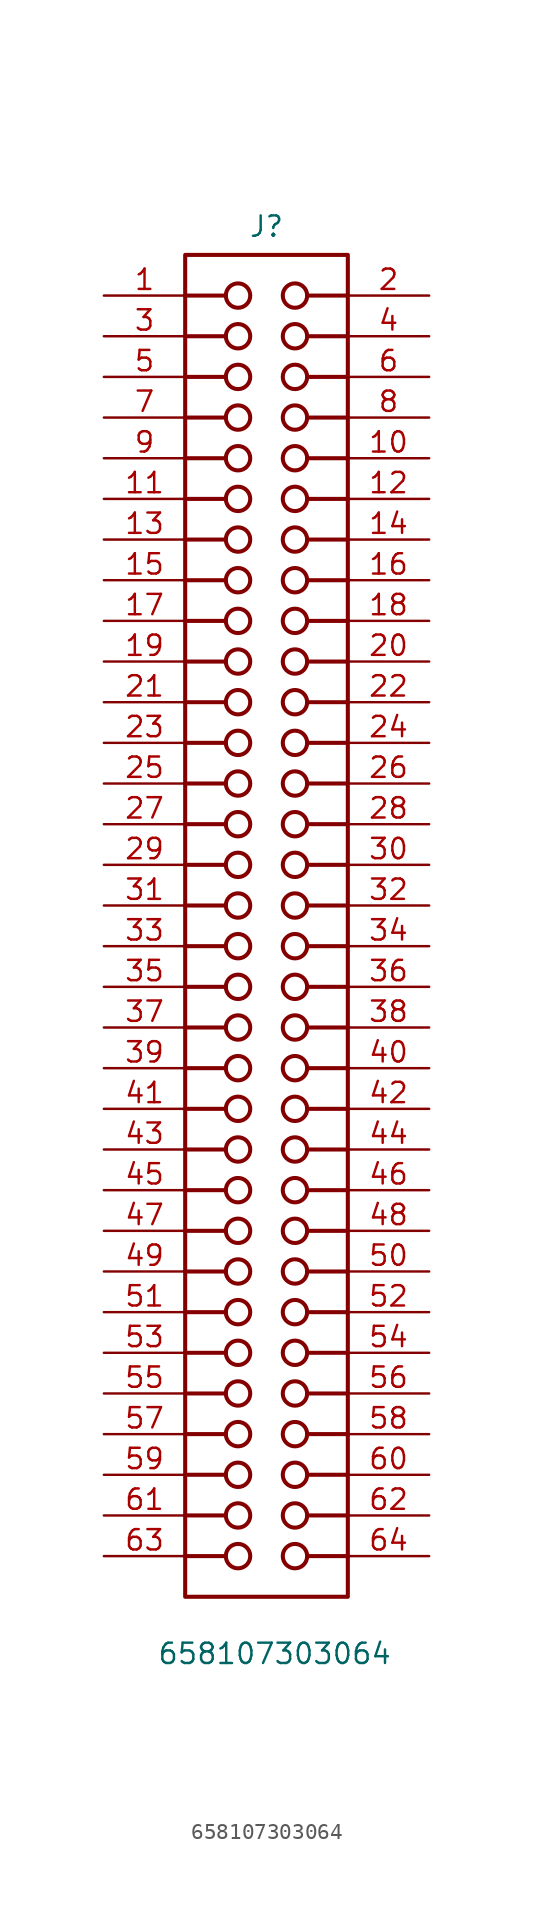
<source format=kicad_sym>
(kicad_symbol_lib
  (version 20241209)
  (generator "kicad_symbol_editor")
  (generator_version "9.0")
  (symbol "658107303064"
    (pin_names
      (hide yes))
    (property "Reference" "J"
      (at 0 42.418 0)
      (effects (font (size 1.27 1.27))))
    (property "Value" "658107303064"
      (at 0.508 -46.736 0)
      (effects (font (size 1.27 1.27))))
    (symbol "658107303064_1_1"
      (rectangle (start -5.08 40.64) (end 5.08 -43.18) (stroke (width 0.254) (type solid)) (fill (type none)))
      (polyline (pts (xy -5.08 38.1) (xy -2.54 38.1)) (stroke (width 0.254) (type solid)) (fill (type none)))
      (polyline (pts (xy -5.08 35.56) (xy -2.54 35.56)) (stroke (width 0.254) (type solid)) (fill (type none)))
      (polyline (pts (xy -5.08 33.02) (xy -2.54 33.02)) (stroke (width 0.254) (type solid)) (fill (type none)))
      (polyline (pts (xy -5.08 30.48) (xy -2.54 30.48)) (stroke (width 0.254) (type solid)) (fill (type none)))
      (polyline (pts (xy -5.08 27.94) (xy -2.54 27.94)) (stroke (width 0.254) (type solid)) (fill (type none)))
      (polyline (pts (xy -5.08 25.4) (xy -2.54 25.4)) (stroke (width 0.254) (type solid)) (fill (type none)))
      (polyline (pts (xy -5.08 22.86) (xy -2.54 22.86)) (stroke (width 0.254) (type solid)) (fill (type none)))
      (polyline (pts (xy -5.08 20.32) (xy -2.54 20.32)) (stroke (width 0.254) (type solid)) (fill (type none)))
      (polyline (pts (xy -5.08 17.78) (xy -2.54 17.78)) (stroke (width 0.254) (type solid)) (fill (type none)))
      (polyline (pts (xy -5.08 15.24) (xy -2.54 15.24)) (stroke (width 0.254) (type solid)) (fill (type none)))
      (polyline (pts (xy -5.08 12.7) (xy -2.54 12.7)) (stroke (width 0.254) (type solid)) (fill (type none)))
      (polyline (pts (xy -5.08 10.16) (xy -2.54 10.16)) (stroke (width 0.254) (type solid)) (fill (type none)))
      (polyline (pts (xy -5.08 7.62) (xy -2.54 7.62)) (stroke (width 0.254) (type solid)) (fill (type none)))
      (polyline (pts (xy -5.08 5.08) (xy -2.54 5.08)) (stroke (width 0.254) (type solid)) (fill (type none)))
      (polyline (pts (xy -5.08 2.54) (xy -2.54 2.54)) (stroke (width 0.254) (type solid)) (fill (type none)))
      (polyline (pts (xy -5.08 0) (xy -2.54 0)) (stroke (width 0.254) (type solid)) (fill (type none)))
      (polyline (pts (xy -5.08 -2.54) (xy -2.54 -2.54)) (stroke (width 0.254) (type solid)) (fill (type none)))
      (polyline (pts (xy -5.08 -5.08) (xy -2.54 -5.08)) (stroke (width 0.254) (type solid)) (fill (type none)))
      (polyline (pts (xy -5.08 -7.62) (xy -2.54 -7.62)) (stroke (width 0.254) (type solid)) (fill (type none)))
      (polyline (pts (xy -5.08 -10.16) (xy -2.54 -10.16)) (stroke (width 0.254) (type solid)) (fill (type none)))
      (polyline (pts (xy -5.08 -12.7) (xy -2.54 -12.7)) (stroke (width 0.254) (type solid)) (fill (type none)))
      (polyline (pts (xy -5.08 -15.24) (xy -2.54 -15.24)) (stroke (width 0.254) (type solid)) (fill (type none)))
      (polyline (pts (xy -5.08 -17.78) (xy -2.54 -17.78)) (stroke (width 0.254) (type solid)) (fill (type none)))
      (polyline (pts (xy -5.08 -20.32) (xy -2.54 -20.32)) (stroke (width 0.254) (type solid)) (fill (type none)))
      (polyline (pts (xy -5.08 -22.86) (xy -2.54 -22.86)) (stroke (width 0.254) (type solid)) (fill (type none)))
      (polyline (pts (xy -5.08 -25.4) (xy -2.54 -25.4)) (stroke (width 0.254) (type solid)) (fill (type none)))
      (polyline (pts (xy -5.08 -27.94) (xy -2.54 -27.94)) (stroke (width 0.254) (type solid)) (fill (type none)))
      (polyline (pts (xy -5.08 -30.48) (xy -2.54 -30.48)) (stroke (width 0.254) (type solid)) (fill (type none)))
      (polyline (pts (xy -5.08 -33.02) (xy -2.54 -33.02)) (stroke (width 0.254) (type solid)) (fill (type none)))
      (polyline (pts (xy -5.08 -35.56) (xy -2.54 -35.56)) (stroke (width 0.254) (type solid)) (fill (type none)))
      (polyline (pts (xy -5.08 -38.1) (xy -2.54 -38.1)) (stroke (width 0.254) (type solid)) (fill (type none)))
      (polyline (pts (xy -5.08 -40.64) (xy -2.54 -40.64)) (stroke (width 0.254) (type solid)) (fill (type none)))
      (circle (center -1.778 38.1) (radius 0.762) (stroke (width 0.254) (type solid)) (fill (type none)))
      (circle (center -1.778 35.56) (radius 0.762) (stroke (width 0.254) (type solid)) (fill (type none)))
      (circle (center -1.778 33.02) (radius 0.762) (stroke (width 0.254) (type solid)) (fill (type none)))
      (circle (center -1.778 30.48) (radius 0.762) (stroke (width 0.254) (type solid)) (fill (type none)))
      (circle (center -1.778 27.94) (radius 0.762) (stroke (width 0.254) (type solid)) (fill (type none)))
      (circle (center -1.778 25.4) (radius 0.762) (stroke (width 0.254) (type solid)) (fill (type none)))
      (circle (center -1.778 22.86) (radius 0.762) (stroke (width 0.254) (type solid)) (fill (type none)))
      (circle (center -1.778 20.32) (radius 0.762) (stroke (width 0.254) (type solid)) (fill (type none)))
      (circle (center -1.778 17.78) (radius 0.762) (stroke (width 0.254) (type solid)) (fill (type none)))
      (circle (center -1.778 15.24) (radius 0.762) (stroke (width 0.254) (type solid)) (fill (type none)))
      (circle (center -1.778 12.7) (radius 0.762) (stroke (width 0.254) (type solid)) (fill (type none)))
      (circle (center -1.778 10.16) (radius 0.762) (stroke (width 0.254) (type solid)) (fill (type none)))
      (circle (center -1.778 7.62) (radius 0.762) (stroke (width 0.254) (type solid)) (fill (type none)))
      (circle (center -1.778 5.08) (radius 0.762) (stroke (width 0.254) (type solid)) (fill (type none)))
      (circle (center -1.778 2.54) (radius 0.762) (stroke (width 0.254) (type solid)) (fill (type none)))
      (circle (center -1.778 0) (radius 0.762) (stroke (width 0.254) (type solid)) (fill (type none)))
      (circle (center -1.778 -2.54) (radius 0.762) (stroke (width 0.254) (type solid)) (fill (type none)))
      (circle (center -1.778 -5.08) (radius 0.762) (stroke (width 0.254) (type solid)) (fill (type none)))
      (circle (center -1.778 -7.62) (radius 0.762) (stroke (width 0.254) (type solid)) (fill (type none)))
      (circle (center -1.778 -10.16) (radius 0.762) (stroke (width 0.254) (type solid)) (fill (type none)))
      (circle (center -1.778 -12.7) (radius 0.762) (stroke (width 0.254) (type solid)) (fill (type none)))
      (circle (center -1.778 -15.24) (radius 0.762) (stroke (width 0.254) (type solid)) (fill (type none)))
      (circle (center -1.778 -17.78) (radius 0.762) (stroke (width 0.254) (type solid)) (fill (type none)))
      (circle (center -1.778 -20.32) (radius 0.762) (stroke (width 0.254) (type solid)) (fill (type none)))
      (circle (center -1.778 -22.86) (radius 0.762) (stroke (width 0.254) (type solid)) (fill (type none)))
      (circle (center -1.778 -25.4) (radius 0.762) (stroke (width 0.254) (type solid)) (fill (type none)))
      (circle (center -1.778 -27.94) (radius 0.762) (stroke (width 0.254) (type solid)) (fill (type none)))
      (circle (center -1.778 -30.48) (radius 0.762) (stroke (width 0.254) (type solid)) (fill (type none)))
      (circle (center -1.778 -33.02) (radius 0.762) (stroke (width 0.254) (type solid)) (fill (type none)))
      (circle (center -1.778 -35.56) (radius 0.762) (stroke (width 0.254) (type solid)) (fill (type none)))
      (circle (center -1.778 -38.1) (radius 0.762) (stroke (width 0.254) (type solid)) (fill (type none)))
      (circle (center -1.778 -40.64) (radius 0.762) (stroke (width 0.254) (type solid)) (fill (type none)))
      (circle (center 1.778 38.1) (radius 0.762) (stroke (width 0.254) (type solid)) (fill (type none)))
      (circle (center 1.778 35.56) (radius 0.762) (stroke (width 0.254) (type solid)) (fill (type none)))
      (circle (center 1.778 33.02) (radius 0.762) (stroke (width 0.254) (type solid)) (fill (type none)))
      (circle (center 1.778 30.48) (radius 0.762) (stroke (width 0.254) (type solid)) (fill (type none)))
      (circle (center 1.778 27.94) (radius 0.762) (stroke (width 0.254) (type solid)) (fill (type none)))
      (circle (center 1.778 25.4) (radius 0.762) (stroke (width 0.254) (type solid)) (fill (type none)))
      (circle (center 1.778 22.86) (radius 0.762) (stroke (width 0.254) (type solid)) (fill (type none)))
      (circle (center 1.778 20.32) (radius 0.762) (stroke (width 0.254) (type solid)) (fill (type none)))
      (circle (center 1.778 17.78) (radius 0.762) (stroke (width 0.254) (type solid)) (fill (type none)))
      (circle (center 1.778 15.24) (radius 0.762) (stroke (width 0.254) (type solid)) (fill (type none)))
      (circle (center 1.778 12.7) (radius 0.762) (stroke (width 0.254) (type solid)) (fill (type none)))
      (circle (center 1.778 10.16) (radius 0.762) (stroke (width 0.254) (type solid)) (fill (type none)))
      (circle (center 1.778 7.62) (radius 0.762) (stroke (width 0.254) (type solid)) (fill (type none)))
      (circle (center 1.778 5.08) (radius 0.762) (stroke (width 0.254) (type solid)) (fill (type none)))
      (circle (center 1.778 2.54) (radius 0.762) (stroke (width 0.254) (type solid)) (fill (type none)))
      (circle (center 1.778 0) (radius 0.762) (stroke (width 0.254) (type solid)) (fill (type none)))
      (circle (center 1.778 -2.54) (radius 0.762) (stroke (width 0.254) (type solid)) (fill (type none)))
      (circle (center 1.778 -5.08) (radius 0.762) (stroke (width 0.254) (type solid)) (fill (type none)))
      (circle (center 1.778 -7.62) (radius 0.762) (stroke (width 0.254) (type solid)) (fill (type none)))
      (circle (center 1.778 -10.16) (radius 0.762) (stroke (width 0.254) (type solid)) (fill (type none)))
      (circle (center 1.778 -12.7) (radius 0.762) (stroke (width 0.254) (type solid)) (fill (type none)))
      (circle (center 1.778 -15.24) (radius 0.762) (stroke (width 0.254) (type solid)) (fill (type none)))
      (circle (center 1.778 -17.78) (radius 0.762) (stroke (width 0.254) (type solid)) (fill (type none)))
      (circle (center 1.778 -20.32) (radius 0.762) (stroke (width 0.254) (type solid)) (fill (type none)))
      (circle (center 1.778 -22.86) (radius 0.762) (stroke (width 0.254) (type solid)) (fill (type none)))
      (circle (center 1.778 -25.4) (radius 0.762) (stroke (width 0.254) (type solid)) (fill (type none)))
      (circle (center 1.778 -27.94) (radius 0.762) (stroke (width 0.254) (type solid)) (fill (type none)))
      (circle (center 1.778 -30.48) (radius 0.762) (stroke (width 0.254) (type solid)) (fill (type none)))
      (circle (center 1.778 -33.02) (radius 0.762) (stroke (width 0.254) (type solid)) (fill (type none)))
      (circle (center 1.778 -35.56) (radius 0.762) (stroke (width 0.254) (type solid)) (fill (type none)))
      (circle (center 1.778 -38.1) (radius 0.762) (stroke (width 0.254) (type solid)) (fill (type none)))
      (circle (center 1.778 -40.64) (radius 0.762) (stroke (width 0.254) (type solid)) (fill (type none)))
      (polyline (pts (xy 5.08 38.1) (xy 2.54 38.1)) (stroke (width 0.254) (type solid)) (fill (type none)))
      (polyline (pts (xy 5.08 35.56) (xy 2.54 35.56)) (stroke (width 0.254) (type solid)) (fill (type none)))
      (polyline (pts (xy 5.08 33.02) (xy 2.54 33.02)) (stroke (width 0.254) (type solid)) (fill (type none)))
      (polyline (pts (xy 5.08 30.48) (xy 2.54 30.48)) (stroke (width 0.254) (type solid)) (fill (type none)))
      (polyline (pts (xy 5.08 27.94) (xy 2.54 27.94)) (stroke (width 0.254) (type solid)) (fill (type none)))
      (polyline (pts (xy 5.08 25.4) (xy 2.54 25.4)) (stroke (width 0.254) (type solid)) (fill (type none)))
      (polyline (pts (xy 5.08 22.86) (xy 2.54 22.86)) (stroke (width 0.254) (type solid)) (fill (type none)))
      (polyline (pts (xy 5.08 20.32) (xy 2.54 20.32)) (stroke (width 0.254) (type solid)) (fill (type none)))
      (polyline (pts (xy 5.08 17.78) (xy 2.54 17.78)) (stroke (width 0.254) (type solid)) (fill (type none)))
      (polyline (pts (xy 5.08 15.24) (xy 2.54 15.24)) (stroke (width 0.254) (type solid)) (fill (type none)))
      (polyline (pts (xy 5.08 12.7) (xy 2.54 12.7)) (stroke (width 0.254) (type solid)) (fill (type none)))
      (polyline (pts (xy 5.08 10.16) (xy 2.54 10.16)) (stroke (width 0.254) (type solid)) (fill (type none)))
      (polyline (pts (xy 5.08 7.62) (xy 2.54 7.62)) (stroke (width 0.254) (type solid)) (fill (type none)))
      (polyline (pts (xy 5.08 5.08) (xy 2.54 5.08)) (stroke (width 0.254) (type solid)) (fill (type none)))
      (polyline (pts (xy 5.08 2.54) (xy 2.54 2.54)) (stroke (width 0.254) (type solid)) (fill (type none)))
      (polyline (pts (xy 5.08 0) (xy 2.54 0)) (stroke (width 0.254) (type solid)) (fill (type none)))
      (polyline (pts (xy 5.08 -2.54) (xy 2.54 -2.54)) (stroke (width 0.254) (type solid)) (fill (type none)))
      (polyline (pts (xy 5.08 -5.08) (xy 2.54 -5.08)) (stroke (width 0.254) (type solid)) (fill (type none)))
      (polyline (pts (xy 5.08 -7.62) (xy 2.54 -7.62)) (stroke (width 0.254) (type solid)) (fill (type none)))
      (polyline (pts (xy 5.08 -10.16) (xy 2.54 -10.16)) (stroke (width 0.254) (type solid)) (fill (type none)))
      (polyline (pts (xy 5.08 -12.7) (xy 2.54 -12.7)) (stroke (width 0.254) (type solid)) (fill (type none)))
      (polyline (pts (xy 5.08 -15.24) (xy 2.54 -15.24)) (stroke (width 0.254) (type solid)) (fill (type none)))
      (polyline (pts (xy 5.08 -17.78) (xy 2.54 -17.78)) (stroke (width 0.254) (type solid)) (fill (type none)))
      (polyline (pts (xy 5.08 -20.32) (xy 2.54 -20.32)) (stroke (width 0.254) (type solid)) (fill (type none)))
      (polyline (pts (xy 5.08 -22.86) (xy 2.54 -22.86)) (stroke (width 0.254) (type solid)) (fill (type none)))
      (polyline (pts (xy 5.08 -25.4) (xy 2.54 -25.4)) (stroke (width 0.254) (type solid)) (fill (type none)))
      (polyline (pts (xy 5.08 -27.94) (xy 2.54 -27.94)) (stroke (width 0.254) (type solid)) (fill (type none)))
      (polyline (pts (xy 5.08 -30.48) (xy 2.54 -30.48)) (stroke (width 0.254) (type solid)) (fill (type none)))
      (polyline (pts (xy 5.08 -33.02) (xy 2.54 -33.02)) (stroke (width 0.254) (type solid)) (fill (type none)))
      (polyline (pts (xy 5.08 -35.56) (xy 2.54 -35.56)) (stroke (width 0.254) (type solid)) (fill (type none)))
      (polyline (pts (xy 5.08 -38.1) (xy 2.54 -38.1)) (stroke (width 0.254) (type solid)) (fill (type none)))
      (polyline (pts (xy 5.08 -40.64) (xy 2.54 -40.64)) (stroke (width 0.254) (type solid)) (fill (type none)))
      (pin passive line (at -10.16 38.1 0) (length 5.08) (name "1" (effects (font (size 1.27 1.27)))) (number "1" (effects (font (size 1.27 1.27)))))
      (pin passive line (at -10.16 35.56 0) (length 5.08) (name "3" (effects (font (size 1.27 1.27)))) (number "3" (effects (font (size 1.27 1.27)))))
      (pin passive line (at -10.16 33.02 0) (length 5.08) (name "5" (effects (font (size 1.27 1.27)))) (number "5" (effects (font (size 1.27 1.27)))))
      (pin passive line (at -10.16 30.48 0) (length 5.08) (name "7" (effects (font (size 1.27 1.27)))) (number "7" (effects (font (size 1.27 1.27)))))
      (pin passive line (at -10.16 27.94 0) (length 5.08) (name "9" (effects (font (size 1.27 1.27)))) (number "9" (effects (font (size 1.27 1.27)))))
      (pin passive line (at -10.16 25.4 0) (length 5.08) (name "11" (effects (font (size 1.27 1.27)))) (number "11" (effects (font (size 1.27 1.27)))))
      (pin passive line (at -10.16 22.86 0) (length 5.08) (name "13" (effects (font (size 1.27 1.27)))) (number "13" (effects (font (size 1.27 1.27)))))
      (pin passive line (at -10.16 20.32 0) (length 5.08) (name "15" (effects (font (size 1.27 1.27)))) (number "15" (effects (font (size 1.27 1.27)))))
      (pin passive line (at -10.16 17.78 0) (length 5.08) (name "17" (effects (font (size 1.27 1.27)))) (number "17" (effects (font (size 1.27 1.27)))))
      (pin passive line (at -10.16 15.24 0) (length 5.08) (name "19" (effects (font (size 1.27 1.27)))) (number "19" (effects (font (size 1.27 1.27)))))
      (pin passive line (at -10.16 12.7 0) (length 5.08) (name "21" (effects (font (size 1.27 1.27)))) (number "21" (effects (font (size 1.27 1.27)))))
      (pin passive line (at -10.16 10.16 0) (length 5.08) (name "23" (effects (font (size 1.27 1.27)))) (number "23" (effects (font (size 1.27 1.27)))))
      (pin passive line (at -10.16 7.62 0) (length 5.08) (name "25" (effects (font (size 1.27 1.27)))) (number "25" (effects (font (size 1.27 1.27)))))
      (pin passive line (at -10.16 5.08 0) (length 5.08) (name "27" (effects (font (size 1.27 1.27)))) (number "27" (effects (font (size 1.27 1.27)))))
      (pin passive line (at -10.16 2.54 0) (length 5.08) (name "29" (effects (font (size 1.27 1.27)))) (number "29" (effects (font (size 1.27 1.27)))))
      (pin passive line (at -10.16 0 0) (length 5.08) (name "31" (effects (font (size 1.27 1.27)))) (number "31" (effects (font (size 1.27 1.27)))))
      (pin passive line (at -10.16 -2.54 0) (length 5.08) (name "33" (effects (font (size 1.27 1.27)))) (number "33" (effects (font (size 1.27 1.27)))))
      (pin passive line (at -10.16 -5.08 0) (length 5.08) (name "35" (effects (font (size 1.27 1.27)))) (number "35" (effects (font (size 1.27 1.27)))))
      (pin passive line (at -10.16 -7.62 0) (length 5.08) (name "37" (effects (font (size 1.27 1.27)))) (number "37" (effects (font (size 1.27 1.27)))))
      (pin passive line (at -10.16 -10.16 0) (length 5.08) (name "39" (effects (font (size 1.27 1.27)))) (number "39" (effects (font (size 1.27 1.27)))))
      (pin passive line (at -10.16 -12.7 0) (length 5.08) (name "41" (effects (font (size 1.27 1.27)))) (number "41" (effects (font (size 1.27 1.27)))))
      (pin passive line (at -10.16 -15.24 0) (length 5.08) (name "43" (effects (font (size 1.27 1.27)))) (number "43" (effects (font (size 1.27 1.27)))))
      (pin passive line (at -10.16 -17.78 0) (length 5.08) (name "45" (effects (font (size 1.27 1.27)))) (number "45" (effects (font (size 1.27 1.27)))))
      (pin passive line (at -10.16 -20.32 0) (length 5.08) (name "47" (effects (font (size 1.27 1.27)))) (number "47" (effects (font (size 1.27 1.27)))))
      (pin passive line (at -10.16 -22.86 0) (length 5.08) (name "49" (effects (font (size 1.27 1.27)))) (number "49" (effects (font (size 1.27 1.27)))))
      (pin passive line (at -10.16 -25.4 0) (length 5.08) (name "51" (effects (font (size 1.27 1.27)))) (number "51" (effects (font (size 1.27 1.27)))))
      (pin passive line (at -10.16 -27.94 0) (length 5.08) (name "53" (effects (font (size 1.27 1.27)))) (number "53" (effects (font (size 1.27 1.27)))))
      (pin passive line (at -10.16 -30.48 0) (length 5.08) (name "55" (effects (font (size 1.27 1.27)))) (number "55" (effects (font (size 1.27 1.27)))))
      (pin passive line (at -10.16 -33.02 0) (length 5.08) (name "57" (effects (font (size 1.27 1.27)))) (number "57" (effects (font (size 1.27 1.27)))))
      (pin passive line (at -10.16 -35.56 0) (length 5.08) (name "59" (effects (font (size 1.27 1.27)))) (number "59" (effects (font (size 1.27 1.27)))))
      (pin passive line (at -10.16 -38.1 0) (length 5.08) (name "61" (effects (font (size 1.27 1.27)))) (number "61" (effects (font (size 1.27 1.27)))))
      (pin passive line (at -10.16 -40.64 0) (length 5.08) (name "63" (effects (font (size 1.27 1.27)))) (number "63" (effects (font (size 1.27 1.27)))))
      (pin passive line (at 10.16 38.1 180) (length 5.08) (name "2" (effects (font (size 1.27 1.27)))) (number "2" (effects (font (size 1.27 1.27)))))
      (pin passive line (at 10.16 35.56 180) (length 5.08) (name "4" (effects (font (size 1.27 1.27)))) (number "4" (effects (font (size 1.27 1.27)))))
      (pin passive line (at 10.16 33.02 180) (length 5.08) (name "6" (effects (font (size 1.27 1.27)))) (number "6" (effects (font (size 1.27 1.27)))))
      (pin passive line (at 10.16 30.48 180) (length 5.08) (name "8" (effects (font (size 1.27 1.27)))) (number "8" (effects (font (size 1.27 1.27)))))
      (pin passive line (at 10.16 27.94 180) (length 5.08) (name "10" (effects (font (size 1.27 1.27)))) (number "10" (effects (font (size 1.27 1.27)))))
      (pin passive line (at 10.16 25.4 180) (length 5.08) (name "12" (effects (font (size 1.27 1.27)))) (number "12" (effects (font (size 1.27 1.27)))))
      (pin passive line (at 10.16 22.86 180) (length 5.08) (name "14" (effects (font (size 1.27 1.27)))) (number "14" (effects (font (size 1.27 1.27)))))
      (pin passive line (at 10.16 20.32 180) (length 5.08) (name "16" (effects (font (size 1.27 1.27)))) (number "16" (effects (font (size 1.27 1.27)))))
      (pin passive line (at 10.16 17.78 180) (length 5.08) (name "18" (effects (font (size 1.27 1.27)))) (number "18" (effects (font (size 1.27 1.27)))))
      (pin passive line (at 10.16 15.24 180) (length 5.08) (name "20" (effects (font (size 1.27 1.27)))) (number "20" (effects (font (size 1.27 1.27)))))
      (pin passive line (at 10.16 12.7 180) (length 5.08) (name "22" (effects (font (size 1.27 1.27)))) (number "22" (effects (font (size 1.27 1.27)))))
      (pin passive line (at 10.16 10.16 180) (length 5.08) (name "24" (effects (font (size 1.27 1.27)))) (number "24" (effects (font (size 1.27 1.27)))))
      (pin passive line (at 10.16 7.62 180) (length 5.08) (name "1" (effects (font (size 1.27 1.27)))) (number "26" (effects (font (size 1.27 1.27)))))
      (pin passive line (at 10.16 5.08 180) (length 5.08) (name "28" (effects (font (size 1.27 1.27)))) (number "28" (effects (font (size 1.27 1.27)))))
      (pin passive line (at 10.16 2.54 180) (length 5.08) (name "30" (effects (font (size 1.27 1.27)))) (number "30" (effects (font (size 1.27 1.27)))))
      (pin passive line (at 10.16 0 180) (length 5.08) (name "32" (effects (font (size 1.27 1.27)))) (number "32" (effects (font (size 1.27 1.27)))))
      (pin passive line (at 10.16 -2.54 180) (length 5.08) (name "34" (effects (font (size 1.27 1.27)))) (number "34" (effects (font (size 1.27 1.27)))))
      (pin passive line (at 10.16 -5.08 180) (length 5.08) (name "36" (effects (font (size 1.27 1.27)))) (number "36" (effects (font (size 1.27 1.27)))))
      (pin passive line (at 10.16 -7.62 180) (length 5.08) (name "38" (effects (font (size 1.27 1.27)))) (number "38" (effects (font (size 1.27 1.27)))))
      (pin passive line (at 10.16 -10.16 180) (length 5.08) (name "40" (effects (font (size 1.27 1.27)))) (number "40" (effects (font (size 1.27 1.27)))))
      (pin passive line (at 10.16 -12.7 180) (length 5.08) (name "42" (effects (font (size 1.27 1.27)))) (number "42" (effects (font (size 1.27 1.27)))))
      (pin passive line (at 10.16 -15.24 180) (length 5.08) (name "44" (effects (font (size 1.27 1.27)))) (number "44" (effects (font (size 1.27 1.27)))))
      (pin passive line (at 10.16 -17.78 180) (length 5.08) (name "46" (effects (font (size 1.27 1.27)))) (number "46" (effects (font (size 1.27 1.27)))))
      (pin passive line (at 10.16 -20.32 180) (length 5.08) (name "48" (effects (font (size 1.27 1.27)))) (number "48" (effects (font (size 1.27 1.27)))))
      (pin passive line (at 10.16 -22.86 180) (length 5.08) (name "50" (effects (font (size 1.27 1.27)))) (number "50" (effects (font (size 1.27 1.27)))))
      (pin passive line (at 10.16 -25.4 180) (length 5.08) (name "52" (effects (font (size 1.27 1.27)))) (number "52" (effects (font (size 1.27 1.27)))))
      (pin passive line (at 10.16 -27.94 180) (length 5.08) (name "54" (effects (font (size 1.27 1.27)))) (number "54" (effects (font (size 1.27 1.27)))))
      (pin passive line (at 10.16 -30.48 180) (length 5.08) (name "56" (effects (font (size 1.27 1.27)))) (number "56" (effects (font (size 1.27 1.27)))))
      (pin passive line (at 10.16 -33.02 180) (length 5.08) (name "58" (effects (font (size 1.27 1.27)))) (number "58" (effects (font (size 1.27 1.27)))))
      (pin passive line (at 10.16 -35.56 180) (length 5.08) (name "60" (effects (font (size 1.27 1.27)))) (number "60" (effects (font (size 1.27 1.27)))))
      (pin passive line (at 10.16 -38.1 180) (length 5.08) (name "62" (effects (font (size 1.27 1.27)))) (number "62" (effects (font (size 1.27 1.27)))))
      (pin passive line (at 10.16 -40.64 180) (length 5.08) (name "64" (effects (font (size 1.27 1.27)))) (number "64" (effects (font (size 1.27 1.27))))))))
</source>
